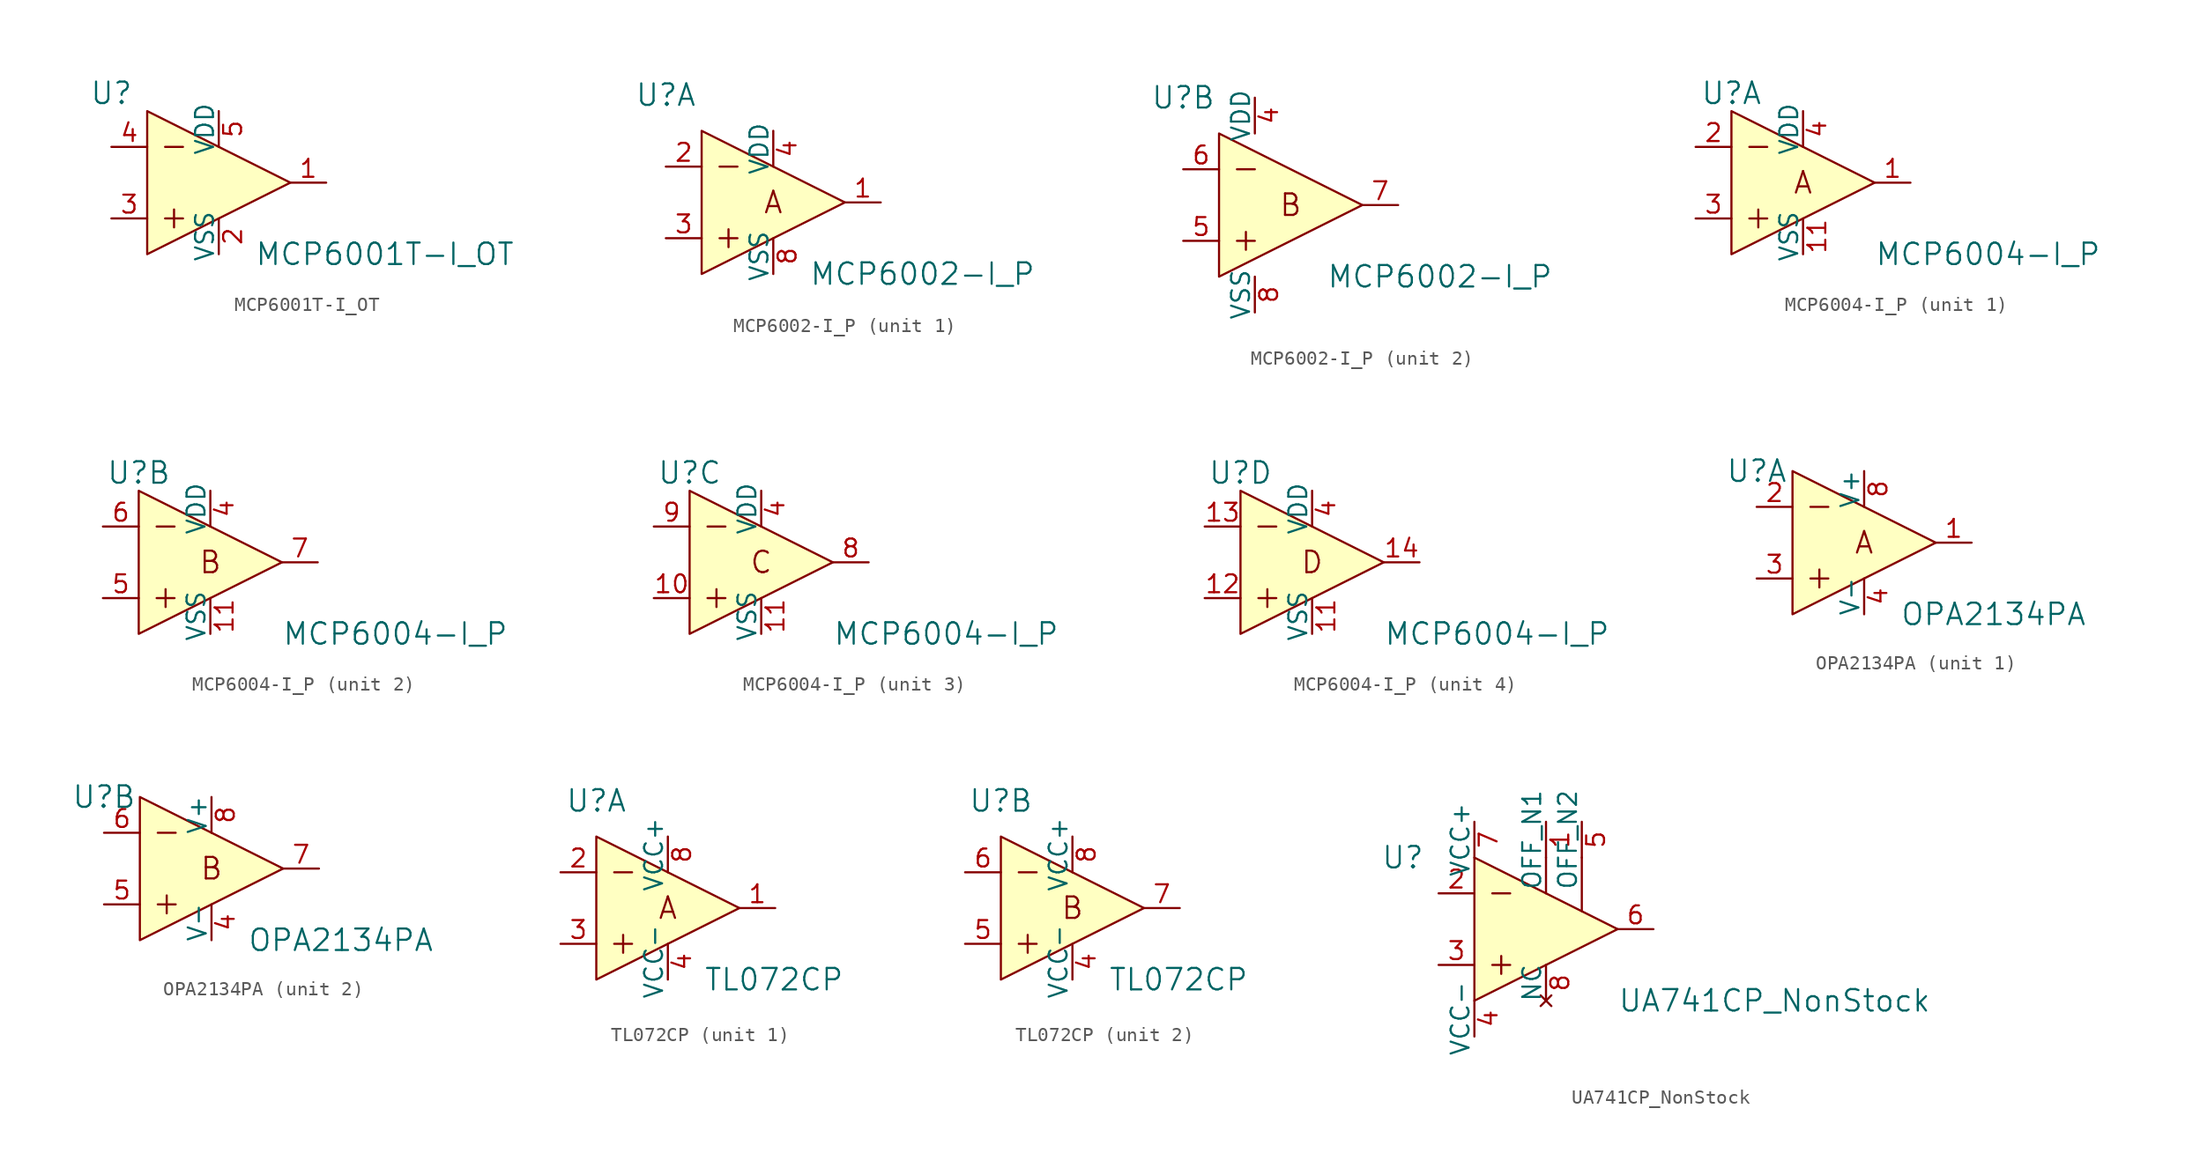
<source format=kicad_sym>
(kicad_symbol_lib
  (version 20201005)
  (generator kicad_symbol_editor)
  (symbol "MCP6001T-I_OT"
    (pin_names
      (offset 0))
    (property "Reference" "U"
      (at -7.62 6.35 0)
      (effects (font (size 1.524 1.524))))
    (property "Value" "MCP6001T-I_OT"
      (at 2.54 -5.08 0)
      (effects (font (size 1.524 1.524)) (justify left)))
    (symbol "MCP6001T-I_OT_0_1"
      (polyline (pts (xy 5.08 0) (xy -5.08 -5.08) (xy -5.08 5.08) (xy 5.08 0)) (stroke (width 0)) (fill (type background))))
    (symbol "MCP6001T-I_OT_1_0"
      (polyline (pts (xy -3.81 -2.54) (xy -2.54 -2.54)) (stroke (width 0)) (fill (type none)))
      (polyline (pts (xy -3.81 2.54) (xy -2.54 2.54)) (stroke (width 0)) (fill (type none)))
      (polyline (pts (xy -3.175 -1.905) (xy -3.175 -3.175)) (stroke (width 0)) (fill (type none))))
    (symbol "MCP6001T-I_OT_1_1"
      (pin output line (at 7.62 0 180) (length 2.54) (name "~" (effects (font (size 1.27 1.27)))) (number "1" (effects (font (size 1.27 1.27)))))
      (pin power_in line (at 0 -5.08 90) (length 2.54) (name "VSS" (effects (font (size 1.27 1.27)))) (number "2" (effects (font (size 1.27 1.27)))))
      (pin input line (at -7.62 -2.54 0) (length 2.54) (name "~" (effects (font (size 1.27 1.27)))) (number "3" (effects (font (size 1.27 1.27)))))
      (pin input line (at -7.62 2.54 0) (length 2.54) (name "~" (effects (font (size 1.27 1.27)))) (number "4" (effects (font (size 1.27 1.27)))))
      (pin power_in line (at 0 5.08 270) (length 2.54) (name "VDD" (effects (font (size 1.27 1.27)))) (number "5" (effects (font (size 1.27 1.27)))))))
  (symbol "MCP6002-I_P"
    (pin_names
      (offset 0))
    (property "Reference" "U"
      (at -7.62 7.62 0)
      (effects (font (size 1.524 1.524))))
    (property "Value" "MCP6002-I_P"
      (at 2.54 -5.08 0)
      (effects (font (size 1.524 1.524)) (justify left)))
    (property "ki_locked" ""
      (at 0 0 0)
      (effects (font (size 1.27 1.27))))
    (symbol "MCP6002-I_P_0_1"
      (polyline (pts (xy -3.81 -2.54) (xy -2.54 -2.54)) (stroke (width 0)) (fill (type none)))
      (polyline (pts (xy -3.81 2.54) (xy -2.54 2.54)) (stroke (width 0)) (fill (type none)))
      (polyline (pts (xy -3.175 -1.905) (xy -3.175 -3.175)) (stroke (width 0)) (fill (type none)))
      (polyline (pts (xy -5.08 5.08) (xy -5.08 -5.08) (xy 5.08 0) (xy -5.08 5.08)) (stroke (width 0)) (fill (type background))))
    (symbol "MCP6002-I_P_1_0"
      (text "A" (at 0 0 0) (effects (font (size 1.524 1.524)))))
    (symbol "MCP6002-I_P_1_1"
      (pin output line (at 7.62 0 180) (length 2.54) (name "~" (effects (font (size 1.27 1.27)))) (number "1" (effects (font (size 1.27 1.27)))))
      (pin input line (at -7.62 2.54 0) (length 2.54) (name "~" (effects (font (size 1.27 1.27)))) (number "2" (effects (font (size 1.27 1.27)))))
      (pin input line (at -7.62 -2.54 0) (length 2.54) (name "~" (effects (font (size 1.27 1.27)))) (number "3" (effects (font (size 1.27 1.27)))))
      (pin power_in line (at 0 5.08 270) (length 2.54) (name "VDD" (effects (font (size 1.27 1.27)))) (number "4" (effects (font (size 1.27 1.27)))))
      (pin power_in line (at 0 -5.08 90) (length 2.54) (name "VSS" (effects (font (size 1.27 1.27)))) (number "8" (effects (font (size 1.27 1.27))))))
    (symbol "MCP6002-I_P_2_0"
      (text "B" (at 0 0 0) (effects (font (size 1.524 1.524)))))
    (symbol "MCP6002-I_P_2_1"
      (pin power_in line (at -2.54 7.62 270) (length 2.54) (name "VDD" (effects (font (size 1.27 1.27)))) (number "4" (effects (font (size 1.27 1.27)))))
      (pin input line (at -7.62 -2.54 0) (length 2.54) (name "~" (effects (font (size 1.27 1.27)))) (number "5" (effects (font (size 1.27 1.27)))))
      (pin input line (at -7.62 2.54 0) (length 2.54) (name "~" (effects (font (size 1.27 1.27)))) (number "6" (effects (font (size 1.27 1.27)))))
      (pin output line (at 7.62 0 180) (length 2.54) (name "~" (effects (font (size 1.27 1.27)))) (number "7" (effects (font (size 1.27 1.27)))))
      (pin power_in line (at -2.54 -7.62 90) (length 2.54) (name "VSS" (effects (font (size 1.27 1.27)))) (number "8" (effects (font (size 1.27 1.27)))))))
  (symbol "MCP6004-I_P"
    (pin_names
      (offset 0))
    (property "Reference" "U"
      (at -5.08 6.35 0)
      (effects (font (size 1.524 1.524))))
    (property "Value" "MCP6004-I_P"
      (at 5.08 -5.08 0)
      (effects (font (size 1.524 1.524)) (justify left)))
    (property "ki_locked" ""
      (at 0 0 0)
      (effects (font (size 1.27 1.27))))
    (symbol "MCP6004-I_P_0_0"
      (polyline (pts (xy -3.81 -2.54) (xy -2.54 -2.54)) (stroke (width 0)) (fill (type none)))
      (polyline (pts (xy -3.81 2.54) (xy -2.54 2.54)) (stroke (width 0)) (fill (type none)))
      (polyline (pts (xy -3.175 -1.905) (xy -3.175 -3.175)) (stroke (width 0)) (fill (type none)))
      (polyline (pts (xy -5.08 5.08) (xy -5.08 -5.08) (xy 5.08 0) (xy -5.08 5.08)) (stroke (width 0)) (fill (type background))))
    (symbol "MCP6004-I_P_1_0"
      (text "A" (at 0 0 0) (effects (font (size 1.524 1.524)))))
    (symbol "MCP6004-I_P_1_1"
      (pin output line (at 7.62 0 180) (length 2.54) (name "~" (effects (font (size 1.27 1.27)))) (number "1" (effects (font (size 1.27 1.27)))))
      (pin input line (at -7.62 2.54 0) (length 2.54) (name "~" (effects (font (size 1.27 1.27)))) (number "2" (effects (font (size 1.27 1.27)))))
      (pin input line (at -7.62 -2.54 0) (length 2.54) (name "~" (effects (font (size 1.27 1.27)))) (number "3" (effects (font (size 1.27 1.27)))))
      (pin power_in line (at 0 5.08 270) (length 2.54) (name "VDD" (effects (font (size 1.27 1.27)))) (number "4" (effects (font (size 1.27 1.27)))))
      (pin power_in line (at 0 -5.08 90) (length 2.54) (name "VSS" (effects (font (size 1.27 1.27)))) (number "11" (effects (font (size 1.27 1.27))))))
    (symbol "MCP6004-I_P_2_0"
      (text "B" (at 0 0 0) (effects (font (size 1.524 1.524)))))
    (symbol "MCP6004-I_P_2_1"
      (pin power_in line (at 0 5.08 270) (length 2.54) (name "VDD" (effects (font (size 1.27 1.27)))) (number "4" (effects (font (size 1.27 1.27)))))
      (pin input line (at -7.62 -2.54 0) (length 2.54) (name "~" (effects (font (size 1.27 1.27)))) (number "5" (effects (font (size 1.27 1.27)))))
      (pin input line (at -7.62 2.54 0) (length 2.54) (name "~" (effects (font (size 1.27 1.27)))) (number "6" (effects (font (size 1.27 1.27)))))
      (pin output line (at 7.62 0 180) (length 2.54) (name "~" (effects (font (size 1.27 1.27)))) (number "7" (effects (font (size 1.27 1.27)))))
      (pin power_in line (at 0 -5.08 90) (length 2.54) (name "VSS" (effects (font (size 1.27 1.27)))) (number "11" (effects (font (size 1.27 1.27))))))
    (symbol "MCP6004-I_P_3_0"
      (text "C" (at 0 0 0) (effects (font (size 1.524 1.524)))))
    (symbol "MCP6004-I_P_3_1"
      (pin power_in line (at 0 5.08 270) (length 2.54) (name "VDD" (effects (font (size 1.27 1.27)))) (number "4" (effects (font (size 1.27 1.27)))))
      (pin output line (at 7.62 0 180) (length 2.54) (name "~" (effects (font (size 1.27 1.27)))) (number "8" (effects (font (size 1.27 1.27)))))
      (pin input line (at -7.62 2.54 0) (length 2.54) (name "~" (effects (font (size 1.27 1.27)))) (number "9" (effects (font (size 1.27 1.27)))))
      (pin input line (at -7.62 -2.54 0) (length 2.54) (name "~" (effects (font (size 1.27 1.27)))) (number "10" (effects (font (size 1.27 1.27)))))
      (pin power_in line (at 0 -5.08 90) (length 2.54) (name "VSS" (effects (font (size 1.27 1.27)))) (number "11" (effects (font (size 1.27 1.27))))))
    (symbol "MCP6004-I_P_4_0"
      (text "D" (at 0 0 0) (effects (font (size 1.524 1.524)))))
    (symbol "MCP6004-I_P_4_1"
      (pin power_in line (at 0 5.08 270) (length 2.54) (name "VDD" (effects (font (size 1.27 1.27)))) (number "4" (effects (font (size 1.27 1.27)))))
      (pin power_in line (at 0 -5.08 90) (length 2.54) (name "VSS" (effects (font (size 1.27 1.27)))) (number "11" (effects (font (size 1.27 1.27)))))
      (pin input line (at -7.62 -2.54 0) (length 2.54) (name "~" (effects (font (size 1.27 1.27)))) (number "12" (effects (font (size 1.27 1.27)))))
      (pin input line (at -7.62 2.54 0) (length 2.54) (name "~" (effects (font (size 1.27 1.27)))) (number "13" (effects (font (size 1.27 1.27)))))
      (pin output line (at 7.62 0 180) (length 2.54) (name "~" (effects (font (size 1.27 1.27)))) (number "14" (effects (font (size 1.27 1.27)))))))
  (symbol "OPA2134PA"
    (pin_names
      (offset 0))
    (property "Reference" "U"
      (at -7.62 5.08 0)
      (effects (font (size 1.524 1.524))))
    (property "Value" "OPA2134PA"
      (at 2.54 -5.08 0)
      (effects (font (size 1.524 1.524)) (justify left)))
    (property "ki_locked" ""
      (at 0 0 0)
      (effects (font (size 1.27 1.27))))
    (symbol "OPA2134PA_0_0"
      (polyline (pts (xy -3.81 -2.54) (xy -2.54 -2.54)) (stroke (width 0)) (fill (type none)))
      (polyline (pts (xy -3.81 2.54) (xy -2.54 2.54)) (stroke (width 0)) (fill (type none)))
      (polyline (pts (xy -3.175 -1.905) (xy -3.175 -3.175)) (stroke (width 0)) (fill (type none)))
      (polyline (pts (xy -5.08 5.08) (xy -5.08 -5.08) (xy 5.08 0) (xy -5.08 5.08)) (stroke (width 0)) (fill (type background))))
    (symbol "OPA2134PA_1_0"
      (text "A" (at 0 0 0) (effects (font (size 1.524 1.524)))))
    (symbol "OPA2134PA_1_1"
      (pin output line (at 7.62 0 180) (length 2.54) (name "~" (effects (font (size 1.27 1.27)))) (number "1" (effects (font (size 1.27 1.27)))))
      (pin input line (at -7.62 2.54 0) (length 2.54) (name "~" (effects (font (size 1.27 1.27)))) (number "2" (effects (font (size 1.27 1.27)))))
      (pin input line (at -7.62 -2.54 0) (length 2.54) (name "~" (effects (font (size 1.27 1.27)))) (number "3" (effects (font (size 1.27 1.27)))))
      (pin power_in line (at 0 -5.08 90) (length 2.54) (name "V-" (effects (font (size 1.27 1.27)))) (number "4" (effects (font (size 1.27 1.27)))))
      (pin power_in line (at 0 5.08 270) (length 2.54) (name "V+" (effects (font (size 1.27 1.27)))) (number "8" (effects (font (size 1.27 1.27))))))
    (symbol "OPA2134PA_2_0"
      (text "B" (at 0 0 0) (effects (font (size 1.524 1.524)))))
    (symbol "OPA2134PA_2_1"
      (pin power_in line (at 0 -5.08 90) (length 2.54) (name "V-" (effects (font (size 1.27 1.27)))) (number "4" (effects (font (size 1.27 1.27)))))
      (pin input line (at -7.62 -2.54 0) (length 2.54) (name "~" (effects (font (size 1.27 1.27)))) (number "5" (effects (font (size 1.27 1.27)))))
      (pin input line (at -7.62 2.54 0) (length 2.54) (name "~" (effects (font (size 1.27 1.27)))) (number "6" (effects (font (size 1.27 1.27)))))
      (pin output line (at 7.62 0 180) (length 2.54) (name "~" (effects (font (size 1.27 1.27)))) (number "7" (effects (font (size 1.27 1.27)))))
      (pin power_in line (at 0 5.08 270) (length 2.54) (name "V+" (effects (font (size 1.27 1.27)))) (number "8" (effects (font (size 1.27 1.27)))))))
  (symbol "TL072CP"
    (pin_names
      (offset 0))
    (property "Reference" "U"
      (at -5.08 7.62 0)
      (effects (font (size 1.524 1.524))))
    (property "Value" "TL072CP"
      (at 2.54 -5.08 0)
      (effects (font (size 1.524 1.524)) (justify left)))
    (property "ki_locked" ""
      (at 0 0 0)
      (effects (font (size 1.27 1.27))))
    (symbol "TL072CP_0_0"
      (polyline (pts (xy -3.81 -2.54) (xy -2.54 -2.54)) (stroke (width 0)) (fill (type none)))
      (polyline (pts (xy -3.81 2.54) (xy -2.54 2.54)) (stroke (width 0)) (fill (type none)))
      (polyline (pts (xy -3.175 -1.905) (xy -3.175 -3.175)) (stroke (width 0)) (fill (type none)))
      (polyline (pts (xy -5.08 5.08) (xy -5.08 -5.08) (xy 5.08 0) (xy -5.08 5.08)) (stroke (width 0)) (fill (type background))))
    (symbol "TL072CP_1_0"
      (text "A" (at 0 0 0) (effects (font (size 1.524 1.524)))))
    (symbol "TL072CP_1_1"
      (pin output line (at 7.62 0 180) (length 2.54) (name "~" (effects (font (size 1.27 1.27)))) (number "1" (effects (font (size 1.27 1.27)))))
      (pin input line (at -7.62 2.54 0) (length 2.54) (name "~" (effects (font (size 1.27 1.27)))) (number "2" (effects (font (size 1.27 1.27)))))
      (pin input line (at -7.62 -2.54 0) (length 2.54) (name "~" (effects (font (size 1.27 1.27)))) (number "3" (effects (font (size 1.27 1.27)))))
      (pin power_in line (at 0 -5.08 90) (length 2.54) (name "VCC-" (effects (font (size 1.27 1.27)))) (number "4" (effects (font (size 1.27 1.27)))))
      (pin power_in line (at 0 5.08 270) (length 2.54) (name "VCC+" (effects (font (size 1.27 1.27)))) (number "8" (effects (font (size 1.27 1.27))))))
    (symbol "TL072CP_2_0"
      (text "B" (at 0 0 0) (effects (font (size 1.524 1.524)))))
    (symbol "TL072CP_2_1"
      (pin power_in line (at 0 -5.08 90) (length 2.54) (name "VCC-" (effects (font (size 1.27 1.27)))) (number "4" (effects (font (size 1.27 1.27)))))
      (pin input line (at -7.62 -2.54 0) (length 2.54) (name "~" (effects (font (size 1.27 1.27)))) (number "5" (effects (font (size 1.27 1.27)))))
      (pin input line (at -7.62 2.54 0) (length 2.54) (name "~" (effects (font (size 1.27 1.27)))) (number "6" (effects (font (size 1.27 1.27)))))
      (pin output line (at 7.62 0 180) (length 2.54) (name "~" (effects (font (size 1.27 1.27)))) (number "7" (effects (font (size 1.27 1.27)))))
      (pin power_in line (at 0 5.08 270) (length 2.54) (name "VCC+" (effects (font (size 1.27 1.27)))) (number "8" (effects (font (size 1.27 1.27)))))))
  (symbol "UA741CP_NonStock"
    (pin_names
      (offset 0))
    (property "Reference" "U"
      (at -10.16 5.08 0)
      (effects (font (size 1.524 1.524))))
    (property "Value" "UA741CP_NonStock"
      (at 5.08 -5.08 0)
      (effects (font (size 1.524 1.524)) (justify left)))
    (symbol "UA741CP_NonStock_1_0"
      (polyline (pts (xy -3.81 -2.54) (xy -2.54 -2.54)) (stroke (width 0)) (fill (type none)))
      (polyline (pts (xy -3.81 2.54) (xy -2.54 2.54)) (stroke (width 0)) (fill (type none)))
      (polyline (pts (xy -3.175 -1.905) (xy -3.175 -3.175)) (stroke (width 0)) (fill (type none)))
      (polyline (pts (xy 0 5.08) (xy 0 2.54)) (stroke (width 0)) (fill (type none)))
      (polyline (pts (xy 2.54 5.08) (xy 2.54 1.27)) (stroke (width 0)) (fill (type none)))
      (polyline (pts (xy -5.08 5.08) (xy -5.08 -5.08) (xy 5.08 0) (xy -5.08 5.08)) (stroke (width 0)) (fill (type background))))
    (symbol "UA741CP_NonStock_1_1"
      (pin input line (at 0 7.62 270) (length 2.54) (name "OFF_N1" (effects (font (size 1.27 1.27)))) (number "1" (effects (font (size 1.27 1.27)))))
      (pin input line (at -7.62 2.54 0) (length 2.54) (name "~" (effects (font (size 1.27 1.27)))) (number "2" (effects (font (size 1.27 1.27)))))
      (pin input line (at -7.62 -2.54 0) (length 2.54) (name "~" (effects (font (size 1.27 1.27)))) (number "3" (effects (font (size 1.27 1.27)))))
      (pin power_in line (at -5.08 -7.62 90) (length 2.54) (name "VCC-" (effects (font (size 1.27 1.27)))) (number "4" (effects (font (size 1.27 1.27)))))
      (pin input line (at 2.54 7.62 270) (length 2.54) (name "OFF_N2" (effects (font (size 1.27 1.27)))) (number "5" (effects (font (size 1.27 1.27)))))
      (pin output line (at 7.62 0 180) (length 2.54) (name "~" (effects (font (size 1.27 1.27)))) (number "6" (effects (font (size 1.27 1.27)))))
      (pin power_in line (at -5.08 7.62 270) (length 2.54) (name "VCC+" (effects (font (size 1.27 1.27)))) (number "7" (effects (font (size 1.27 1.27)))))
      (pin no_connect line (at 0 -5.08 90) (length 2.54) (name "NC" (effects (font (size 1.27 1.27)))) (number "8" (effects (font (size 1.27 1.27))))))))
</source>
